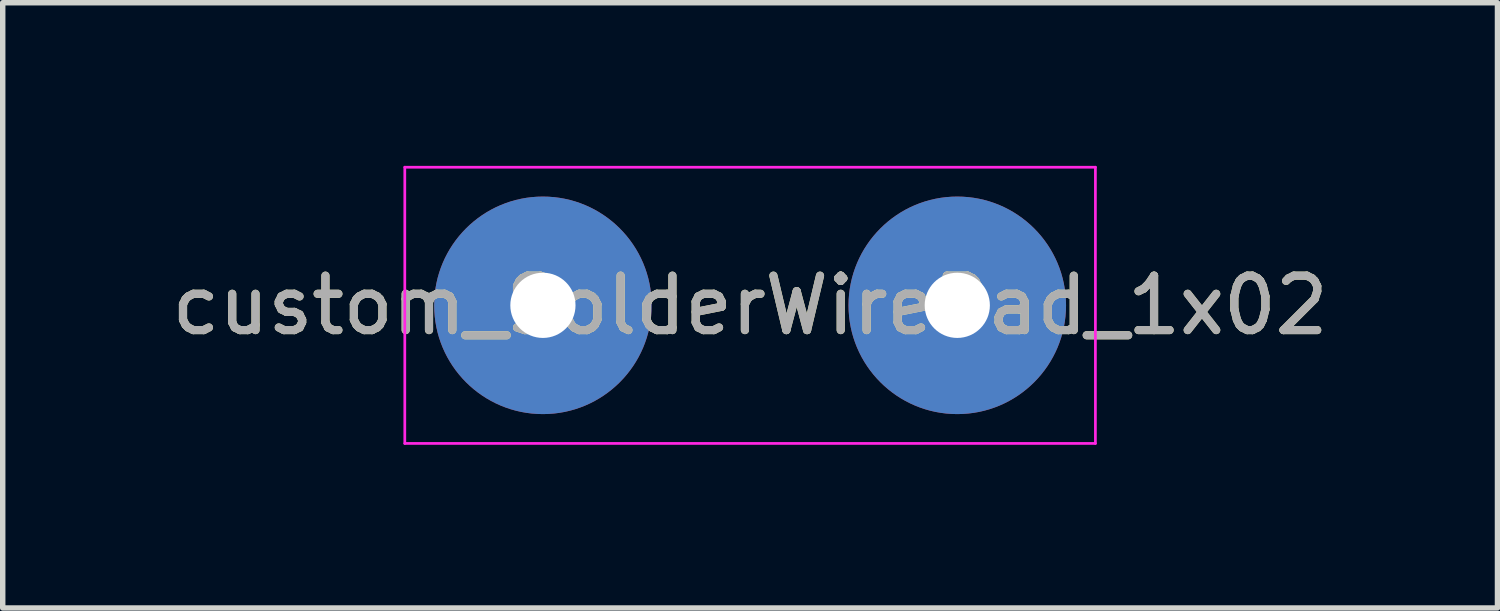
<source format=kicad_pcb>
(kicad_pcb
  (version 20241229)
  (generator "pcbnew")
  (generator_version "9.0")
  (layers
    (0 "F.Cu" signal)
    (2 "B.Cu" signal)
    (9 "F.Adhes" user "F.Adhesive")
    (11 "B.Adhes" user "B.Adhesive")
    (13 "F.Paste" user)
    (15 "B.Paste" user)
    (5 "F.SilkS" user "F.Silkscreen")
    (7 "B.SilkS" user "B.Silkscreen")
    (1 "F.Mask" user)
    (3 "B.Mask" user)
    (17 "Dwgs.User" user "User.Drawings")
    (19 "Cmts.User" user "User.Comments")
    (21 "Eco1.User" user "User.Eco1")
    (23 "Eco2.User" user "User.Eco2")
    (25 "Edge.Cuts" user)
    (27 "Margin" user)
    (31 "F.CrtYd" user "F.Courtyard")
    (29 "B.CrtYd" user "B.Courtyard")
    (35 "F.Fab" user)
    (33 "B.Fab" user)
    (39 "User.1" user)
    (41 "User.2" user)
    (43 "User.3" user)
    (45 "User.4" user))
  (footprint "custom_SolderWirePad_1x02"
    (layer "F.Cu")
    (at 10.744 2.565)
    (property "Reference" "custom_SolderWirePad_1x02" (at 0 0 180) (layer "F.SilkS") (effects (font (size 1 1) (thickness 0.15))))
    (attr exclude_from_pos_files exclude_from_bom)
    (fp_line (start -6.35 -2.54) (end -6.35 2.54) (stroke (width 0.05) (type solid)) (layer "F.CrtYd"))
    (fp_line (start -6.35 -2.54) (end 6.35 -2.54) (stroke (width 0.05) (type solid)) (layer "F.CrtYd"))
    (fp_line (start 6.35 2.54) (end -6.35 2.54) (stroke (width 0.05) (type solid)) (layer "F.CrtYd"))
    (fp_line (start 6.35 2.54) (end 6.35 -2.54) (stroke (width 0.05) (type solid)) (layer "F.CrtYd"))
    (fp_text user "${REFERENCE}" (at 0 0 0) (layer "F.Fab") (effects (font (size 1 1) (thickness 0.15))))
    (pad "1" thru_hole oval (at -3.81 0) (size 4 4) (drill 1.199) (layers "*.Cu" "*.Mask"))
    (pad "2" thru_hole oval (at 3.81 0) (size 4 4) (drill 1.199) (layers "*.Cu" "*.Mask")))
  (gr_rect
    (start -3 -3)
    (end 24.488 8.13)
    (stroke (width 0.1) (type default))
    (fill no)
    (layer "Edge.Cuts")))
</source>
